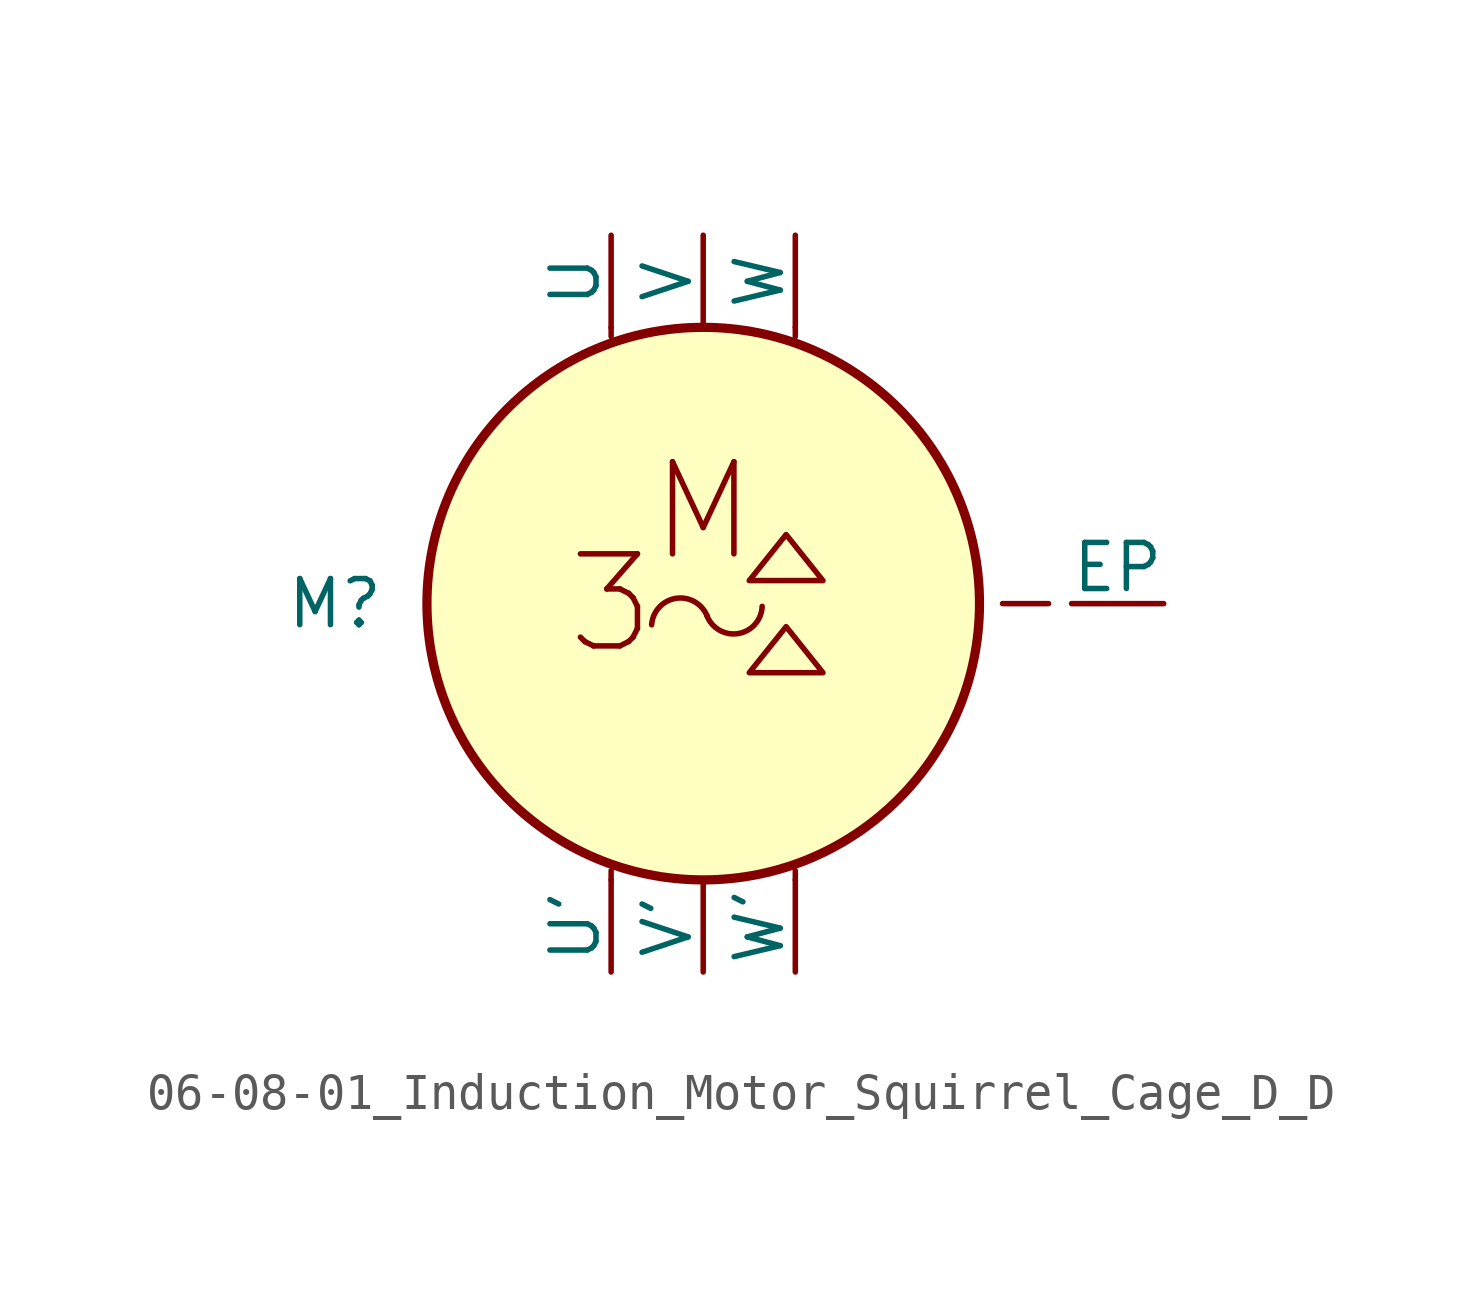
<source format=kicad_sym>
(kicad_symbol_lib
  (version 20201005)
  (generator kicad_symbol_editor)
  (symbol "Symbol_IEC_60617-6:06-08-01_Induction_Motor_Squirrel_Cage_D_D"
    (pin_numbers hide)
    (pin_names
      (offset 0))
    (property "Reference" "M"
      (at -10.16 0 0)
      (effects (font (size 1.27 1.27))))
    (symbol "06-08-01_Induction_Motor_Squirrel_Cage_D_D_0_1"
      (circle (center 0 0) (radius 7.62) (stroke (width 0.254)) (fill (type background)))
      (polyline (pts (xy -2.54 -7.62) (xy -2.54 -7.366)) (stroke (width 0.152)) (fill (type none)))
      (polyline (pts (xy -2.54 7.62) (xy -2.54 7.366)) (stroke (width 0.152)) (fill (type none)))
      (polyline (pts (xy 2.54 -7.62) (xy 2.54 -7.366)) (stroke (width 0.152)) (fill (type none)))
      (polyline (pts (xy 2.54 7.62) (xy 2.54 7.366)) (stroke (width 0.152)) (fill (type none))))
    (symbol "06-08-01_Induction_Motor_Squirrel_Cage_D_D_1_1"
      (arc (start 0.1016 -0.3302) (end -1.4224 -0.5842) (radius (at -0.635 -0.635) (length 0.7874) (angles 22.5 176.3)) (stroke (width 0)) (fill (type none)))
      (arc (start 1.6256 -0.0762) (end 0.1016 -0.3302) (radius (at 0.8128 -0.0254) (length 0.762) (angles -3.6 -156.8)) (stroke (width 0)) (fill (type none)))
      (text "3" (at -2.54 0 0) (effects (font (size 2.54 2.54))))
      (text "M" (at 0 2.54 0) (effects (font (size 2.54 2.54))))
      (polyline (pts (xy 9.525 0) (xy 8.255 0)) (stroke (width 0.152)) (fill (type none)))
      (polyline (pts (xy 1.27 -1.905) (xy 3.175 -1.905) (xy 3.302 -1.905) (xy 2.286 -0.635) (xy 1.27 -1.905)) (stroke (width 0)) (fill (type none)))
      (polyline (pts (xy 1.27 0.635) (xy 3.175 0.635) (xy 3.302 0.635) (xy 2.286 1.905) (xy 1.27 0.635)) (stroke (width 0)) (fill (type none)))
      (pin passive line (at -2.54 10.16 270) (length 2.54) (name "U" (effects (font (size 1.27 1.27)))) (number "1" (effects (font (size 1.27 1.27)))))
      (pin passive line (at 0 10.16 270) (length 2.54) (name "V" (effects (font (size 1.27 1.27)))) (number "2" (effects (font (size 1.27 1.27)))))
      (pin passive line (at 2.54 10.16 270) (length 2.54) (name "W" (effects (font (size 1.27 1.27)))) (number "3" (effects (font (size 1.27 1.27)))))
      (pin passive line (at -2.54 -10.16 90) (length 2.54) (name "U'" (effects (font (size 1.27 1.27)))) (number "4" (effects (font (size 1.27 1.27)))))
      (pin passive line (at 0 -10.16 90) (length 2.54) (name "V'" (effects (font (size 1.27 1.27)))) (number "5" (effects (font (size 1.27 1.27)))))
      (pin passive line (at 2.54 -10.16 90) (length 2.54) (name "W'" (effects (font (size 1.27 1.27)))) (number "6" (effects (font (size 1.27 1.27)))))
      (pin passive line (at 12.7 0 180) (length 2.54) (name "EP" (effects (font (size 1.27 1.27)))) (number "~" (effects (font (size 1.27 1.27))))))))
</source>
